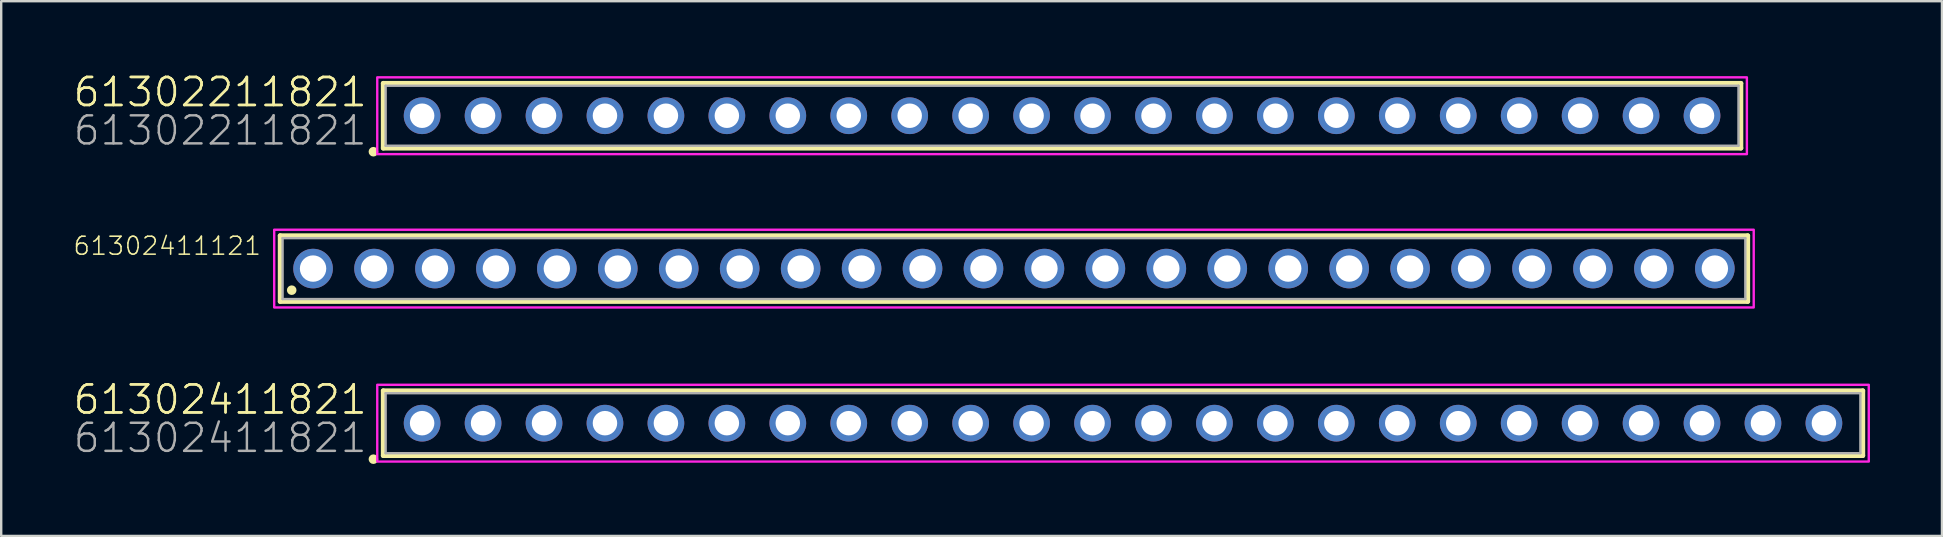
<source format=kicad_pcb>
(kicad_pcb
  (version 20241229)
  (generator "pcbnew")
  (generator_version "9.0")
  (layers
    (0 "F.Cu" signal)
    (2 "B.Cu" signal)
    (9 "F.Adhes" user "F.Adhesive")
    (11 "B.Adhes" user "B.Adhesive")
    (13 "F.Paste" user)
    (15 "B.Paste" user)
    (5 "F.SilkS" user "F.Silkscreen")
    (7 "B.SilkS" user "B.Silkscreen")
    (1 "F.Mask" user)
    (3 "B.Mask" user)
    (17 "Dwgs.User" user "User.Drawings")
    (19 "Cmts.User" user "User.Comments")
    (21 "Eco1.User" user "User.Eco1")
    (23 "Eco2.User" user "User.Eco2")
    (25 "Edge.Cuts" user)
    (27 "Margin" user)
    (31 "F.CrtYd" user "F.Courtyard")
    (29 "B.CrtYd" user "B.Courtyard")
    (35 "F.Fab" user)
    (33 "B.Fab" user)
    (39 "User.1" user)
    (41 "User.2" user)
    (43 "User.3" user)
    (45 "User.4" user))
  (footprint "61302211821"
    (layer "F.Cu")
    (at 41.212 1.773)
    (property "Reference" "61302211821" (at -28.9 -0.3 0) (unlocked yes) (layer "F.SilkS") (effects (font (size 1.168 1.168) (thickness 0.102)) (justify right bottom)))
    (property "Value" "61302211821" (at -28.9 1.3 0) (unlocked yes) (layer "F.Fab") (hide yes) (effects (font (size 1.168 1.168) (thickness 0.102)) (justify right bottom)))
    (fp_line (start -28.29 -1.35) (end 28.29 -1.35) (stroke (width 0.2) (type solid)) (layer "F.SilkS"))
    (fp_line (start -28.29 1.35) (end -28.29 -1.35) (stroke (width 0.2) (type solid)) (layer "F.SilkS"))
    (fp_line (start 28.29 -1.35) (end 28.29 1.35) (stroke (width 0.2) (type solid)) (layer "F.SilkS"))
    (fp_line (start 28.29 1.35) (end -28.29 1.35) (stroke (width 0.2) (type solid)) (layer "F.SilkS"))
    (fp_circle (center -28.7 1.5) (end -28.6 1.5) (stroke (width 0.2) (type solid)) (fill no) (layer "F.SilkS"))
    (fp_poly (pts (xy 28.54 1.6) (xy -28.54 1.6) (xy -28.54 -1.6) (xy 28.54 -1.6)) (stroke (width 0.1) (type default)) (fill no) (layer "F.CrtYd"))
    (fp_line (start -28.19 -1.25) (end -28.19 1.25) (stroke (width 0.1) (type solid)) (layer "F.Fab"))
    (fp_line (start -28.19 1.25) (end 28.19 1.25) (stroke (width 0.1) (type solid)) (layer "F.Fab"))
    (fp_line (start 28.19 -1.25) (end -28.19 -1.25) (stroke (width 0.1) (type solid)) (layer "F.Fab"))
    (fp_line (start 28.19 1.25) (end 28.19 -1.25) (stroke (width 0.1) (type solid)) (layer "F.Fab"))
    (fp_text user "${REFERENCE}" (at -28.9 -0.3 0) (unlocked yes) (layer "F.SilkS") (effects (font (size 1.168 1.168) (thickness 0.102)) (justify right bottom)))
    (fp_text user "${VALUE}" (at -28.9 1.3 0) (unlocked yes) (layer "F.Fab") (effects (font (size 1.168 1.168) (thickness 0.102)) (justify right bottom)))
    (pad "1" thru_hole circle (at -26.67 0) (size 1.53 1.53) (drill 1.02) (layers "*.Cu" "*.Mask"))
    (pad "2" thru_hole circle (at -24.13 0) (size 1.53 1.53) (drill 1.02) (layers "*.Cu" "*.Mask"))
    (pad "3" thru_hole circle (at -21.59 0) (size 1.53 1.53) (drill 1.02) (layers "*.Cu" "*.Mask"))
    (pad "4" thru_hole circle (at -19.05 0) (size 1.53 1.53) (drill 1.02) (layers "*.Cu" "*.Mask"))
    (pad "5" thru_hole circle (at -16.51 0) (size 1.53 1.53) (drill 1.02) (layers "*.Cu" "*.Mask"))
    (pad "6" thru_hole circle (at -13.97 0) (size 1.53 1.53) (drill 1.02) (layers "*.Cu" "*.Mask"))
    (pad "7" thru_hole circle (at -11.43 0) (size 1.53 1.53) (drill 1.02) (layers "*.Cu" "*.Mask"))
    (pad "8" thru_hole circle (at -8.89 0) (size 1.53 1.53) (drill 1.02) (layers "*.Cu" "*.Mask"))
    (pad "9" thru_hole circle (at -6.35 0) (size 1.53 1.53) (drill 1.02) (layers "*.Cu" "*.Mask"))
    (pad "10" thru_hole circle (at -3.81 0) (size 1.53 1.53) (drill 1.02) (layers "*.Cu" "*.Mask"))
    (pad "11" thru_hole circle (at -1.27 0) (size 1.53 1.53) (drill 1.02) (layers "*.Cu" "*.Mask"))
    (pad "12" thru_hole circle (at 1.27 0) (size 1.53 1.53) (drill 1.02) (layers "*.Cu" "*.Mask"))
    (pad "13" thru_hole circle (at 3.81 0) (size 1.53 1.53) (drill 1.02) (layers "*.Cu" "*.Mask"))
    (pad "14" thru_hole circle (at 6.35 0) (size 1.53 1.53) (drill 1.02) (layers "*.Cu" "*.Mask"))
    (pad "15" thru_hole circle (at 8.89 0) (size 1.53 1.53) (drill 1.02) (layers "*.Cu" "*.Mask"))
    (pad "16" thru_hole circle (at 11.43 0) (size 1.53 1.53) (drill 1.02) (layers "*.Cu" "*.Mask"))
    (pad "17" thru_hole circle (at 13.97 0) (size 1.53 1.53) (drill 1.02) (layers "*.Cu" "*.Mask"))
    (pad "18" thru_hole circle (at 16.51 0) (size 1.53 1.53) (drill 1.02) (layers "*.Cu" "*.Mask"))
    (pad "19" thru_hole circle (at 19.05 0) (size 1.53 1.53) (drill 1.02) (layers "*.Cu" "*.Mask"))
    (pad "20" thru_hole circle (at 21.59 0) (size 1.53 1.53) (drill 1.02) (layers "*.Cu" "*.Mask"))
    (pad "21" thru_hole circle (at 24.13 0) (size 1.53 1.53) (drill 1.02) (layers "*.Cu" "*.Mask"))
    (pad "22" thru_hole circle (at 26.67 0) (size 1.53 1.53) (drill 1.02) (layers "*.Cu" "*.Mask")))
  (footprint "61302411121"
    (layer "F.Cu")
    (at 39.207 8.143)
    (property "Reference" "61302411121" (at -31.328 -0.506 0) (unlocked yes) (layer "F.SilkS") (effects (font (size 0.748 0.748) (thickness 0.065)) (justify right bottom)))
    (fp_line (start -30.58 -1.37) (end 30.58 -1.37) (stroke (width 0.2) (type solid)) (layer "F.SilkS"))
    (fp_line (start -30.58 1.37) (end -30.58 -1.37) (stroke (width 0.2) (type solid)) (layer "F.SilkS"))
    (fp_line (start 30.58 -1.37) (end 30.58 1.37) (stroke (width 0.2) (type solid)) (layer "F.SilkS"))
    (fp_line (start 30.58 1.37) (end -30.58 1.37) (stroke (width 0.2) (type solid)) (layer "F.SilkS"))
    (fp_circle (center -30.1 0.9) (end -30 0.9) (stroke (width 0.2) (type solid)) (fill no) (layer "F.SilkS"))
    (fp_poly (pts (xy 30.83 1.62) (xy -30.83 1.62) (xy -30.83 -1.62) (xy 30.83 -1.62)) (stroke (width 0.1) (type default)) (fill no) (layer "F.CrtYd"))
    (fp_line (start -30.48 -1.27) (end -30.48 1.27) (stroke (width 0.1) (type solid)) (layer "F.Fab"))
    (fp_line (start -30.48 1.27) (end 30.48 1.27) (stroke (width 0.1) (type solid)) (layer "F.Fab"))
    (fp_line (start 30.48 -1.27) (end -30.48 -1.27) (stroke (width 0.1) (type solid)) (layer "F.Fab"))
    (fp_line (start 30.48 1.27) (end 30.48 -1.27) (stroke (width 0.1) (type solid)) (layer "F.Fab"))
    (pad "1" thru_hole circle (at -29.21 0) (size 1.65 1.65) (drill 1.1) (layers "*.Cu" "*.Mask"))
    (pad "2" thru_hole circle (at -26.67 0) (size 1.65 1.65) (drill 1.1) (layers "*.Cu" "*.Mask"))
    (pad "3" thru_hole circle (at -24.13 0) (size 1.65 1.65) (drill 1.1) (layers "*.Cu" "*.Mask"))
    (pad "4" thru_hole circle (at -21.59 0) (size 1.65 1.65) (drill 1.1) (layers "*.Cu" "*.Mask"))
    (pad "5" thru_hole circle (at -19.05 0) (size 1.65 1.65) (drill 1.1) (layers "*.Cu" "*.Mask"))
    (pad "6" thru_hole circle (at -16.51 0) (size 1.65 1.65) (drill 1.1) (layers "*.Cu" "*.Mask"))
    (pad "7" thru_hole circle (at -13.97 0) (size 1.65 1.65) (drill 1.1) (layers "*.Cu" "*.Mask"))
    (pad "8" thru_hole circle (at -11.43 0) (size 1.65 1.65) (drill 1.1) (layers "*.Cu" "*.Mask"))
    (pad "9" thru_hole circle (at -8.89 0) (size 1.65 1.65) (drill 1.1) (layers "*.Cu" "*.Mask"))
    (pad "10" thru_hole circle (at -6.35 0) (size 1.65 1.65) (drill 1.1) (layers "*.Cu" "*.Mask"))
    (pad "11" thru_hole circle (at -3.81 0) (size 1.65 1.65) (drill 1.1) (layers "*.Cu" "*.Mask"))
    (pad "12" thru_hole circle (at -1.27 0) (size 1.65 1.65) (drill 1.1) (layers "*.Cu" "*.Mask"))
    (pad "13" thru_hole circle (at 1.27 0) (size 1.65 1.65) (drill 1.1) (layers "*.Cu" "*.Mask"))
    (pad "14" thru_hole circle (at 3.81 0) (size 1.65 1.65) (drill 1.1) (layers "*.Cu" "*.Mask"))
    (pad "15" thru_hole circle (at 6.35 0) (size 1.65 1.65) (drill 1.1) (layers "*.Cu" "*.Mask"))
    (pad "16" thru_hole circle (at 8.89 0) (size 1.65 1.65) (drill 1.1) (layers "*.Cu" "*.Mask"))
    (pad "17" thru_hole circle (at 11.43 0) (size 1.65 1.65) (drill 1.1) (layers "*.Cu" "*.Mask"))
    (pad "18" thru_hole circle (at 13.97 0) (size 1.65 1.65) (drill 1.1) (layers "*.Cu" "*.Mask"))
    (pad "19" thru_hole circle (at 16.51 0) (size 1.65 1.65) (drill 1.1) (layers "*.Cu" "*.Mask"))
    (pad "20" thru_hole circle (at 19.05 0) (size 1.65 1.65) (drill 1.1) (layers "*.Cu" "*.Mask"))
    (pad "21" thru_hole circle (at 21.59 0) (size 1.65 1.65) (drill 1.1) (layers "*.Cu" "*.Mask"))
    (pad "22" thru_hole circle (at 24.13 0) (size 1.65 1.65) (drill 1.1) (layers "*.Cu" "*.Mask"))
    (pad "23" thru_hole circle (at 26.67 0) (size 1.65 1.65) (drill 1.1) (layers "*.Cu" "*.Mask"))
    (pad "24" thru_hole circle (at 29.21 0) (size 1.65 1.65) (drill 1.1) (layers "*.Cu" "*.Mask")))
  (footprint "61302411821"
    (layer "F.Cu")
    (at 43.752 14.586)
    (property "Reference" "61302411821" (at -31.44 -0.3 0) (unlocked yes) (layer "F.SilkS") (effects (font (size 1.168 1.168) (thickness 0.102)) (justify right bottom)))
    (property "Value" "61302411821" (at -31.44 1.3 0) (unlocked yes) (layer "F.Fab") (hide yes) (effects (font (size 1.168 1.168) (thickness 0.102)) (justify right bottom)))
    (fp_line (start -30.83 -1.35) (end 30.83 -1.35) (stroke (width 0.2) (type solid)) (layer "F.SilkS"))
    (fp_line (start -30.83 1.35) (end -30.83 -1.35) (stroke (width 0.2) (type solid)) (layer "F.SilkS"))
    (fp_line (start 30.83 -1.35) (end 30.83 1.35) (stroke (width 0.2) (type solid)) (layer "F.SilkS"))
    (fp_line (start 30.83 1.35) (end -30.83 1.35) (stroke (width 0.2) (type solid)) (layer "F.SilkS"))
    (fp_circle (center -31.24 1.5) (end -31.14 1.5) (stroke (width 0.2) (type solid)) (fill no) (layer "F.SilkS"))
    (fp_poly (pts (xy 31.08 1.6) (xy -31.08 1.6) (xy -31.08 -1.6) (xy 31.08 -1.6)) (stroke (width 0.1) (type default)) (fill no) (layer "F.CrtYd"))
    (fp_line (start -30.73 -1.25) (end -30.73 1.25) (stroke (width 0.1) (type solid)) (layer "F.Fab"))
    (fp_line (start -30.73 1.25) (end 30.73 1.25) (stroke (width 0.1) (type solid)) (layer "F.Fab"))
    (fp_line (start 30.73 -1.25) (end -30.73 -1.25) (stroke (width 0.1) (type solid)) (layer "F.Fab"))
    (fp_line (start 30.73 1.25) (end 30.73 -1.25) (stroke (width 0.1) (type solid)) (layer "F.Fab"))
    (fp_text user "${REFERENCE}" (at -31.44 -0.3 0) (unlocked yes) (layer "F.SilkS") (effects (font (size 1.168 1.168) (thickness 0.102)) (justify right bottom)))
    (fp_text user "${VALUE}" (at -31.44 1.3 0) (unlocked yes) (layer "F.Fab") (effects (font (size 1.168 1.168) (thickness 0.102)) (justify right bottom)))
    (pad "1" thru_hole circle (at -29.21 0) (size 1.53 1.53) (drill 1.02) (layers "*.Cu" "*.Mask"))
    (pad "2" thru_hole circle (at -26.67 0) (size 1.53 1.53) (drill 1.02) (layers "*.Cu" "*.Mask"))
    (pad "3" thru_hole circle (at -24.13 0) (size 1.53 1.53) (drill 1.02) (layers "*.Cu" "*.Mask"))
    (pad "4" thru_hole circle (at -21.59 0) (size 1.53 1.53) (drill 1.02) (layers "*.Cu" "*.Mask"))
    (pad "5" thru_hole circle (at -19.05 0) (size 1.53 1.53) (drill 1.02) (layers "*.Cu" "*.Mask"))
    (pad "6" thru_hole circle (at -16.51 0) (size 1.53 1.53) (drill 1.02) (layers "*.Cu" "*.Mask"))
    (pad "7" thru_hole circle (at -13.97 0) (size 1.53 1.53) (drill 1.02) (layers "*.Cu" "*.Mask"))
    (pad "8" thru_hole circle (at -11.43 0) (size 1.53 1.53) (drill 1.02) (layers "*.Cu" "*.Mask"))
    (pad "9" thru_hole circle (at -8.89 0) (size 1.53 1.53) (drill 1.02) (layers "*.Cu" "*.Mask"))
    (pad "10" thru_hole circle (at -6.35 0) (size 1.53 1.53) (drill 1.02) (layers "*.Cu" "*.Mask"))
    (pad "11" thru_hole circle (at -3.81 0) (size 1.53 1.53) (drill 1.02) (layers "*.Cu" "*.Mask"))
    (pad "12" thru_hole circle (at -1.27 0) (size 1.53 1.53) (drill 1.02) (layers "*.Cu" "*.Mask"))
    (pad "13" thru_hole circle (at 1.27 0) (size 1.53 1.53) (drill 1.02) (layers "*.Cu" "*.Mask"))
    (pad "14" thru_hole circle (at 3.81 0) (size 1.53 1.53) (drill 1.02) (layers "*.Cu" "*.Mask"))
    (pad "15" thru_hole circle (at 6.35 0) (size 1.53 1.53) (drill 1.02) (layers "*.Cu" "*.Mask"))
    (pad "16" thru_hole circle (at 8.89 0) (size 1.53 1.53) (drill 1.02) (layers "*.Cu" "*.Mask"))
    (pad "17" thru_hole circle (at 11.43 0) (size 1.53 1.53) (drill 1.02) (layers "*.Cu" "*.Mask"))
    (pad "18" thru_hole circle (at 13.97 0) (size 1.53 1.53) (drill 1.02) (layers "*.Cu" "*.Mask"))
    (pad "19" thru_hole circle (at 16.51 0) (size 1.53 1.53) (drill 1.02) (layers "*.Cu" "*.Mask"))
    (pad "20" thru_hole circle (at 19.05 0) (size 1.53 1.53) (drill 1.02) (layers "*.Cu" "*.Mask"))
    (pad "21" thru_hole circle (at 21.59 0) (size 1.53 1.53) (drill 1.02) (layers "*.Cu" "*.Mask"))
    (pad "22" thru_hole circle (at 24.13 0) (size 1.53 1.53) (drill 1.02) (layers "*.Cu" "*.Mask"))
    (pad "23" thru_hole circle (at 26.67 0) (size 1.53 1.53) (drill 1.02) (layers "*.Cu" "*.Mask"))
    (pad "24" thru_hole circle (at 29.21 0) (size 1.53 1.53) (drill 1.02) (layers "*.Cu" "*.Mask")))
  (gr_rect
    (start -3 -3)
    (end 77.882 19.286)
    (stroke (width 0.1) (type default))
    (fill no)
    (layer "Edge.Cuts")))
</source>
